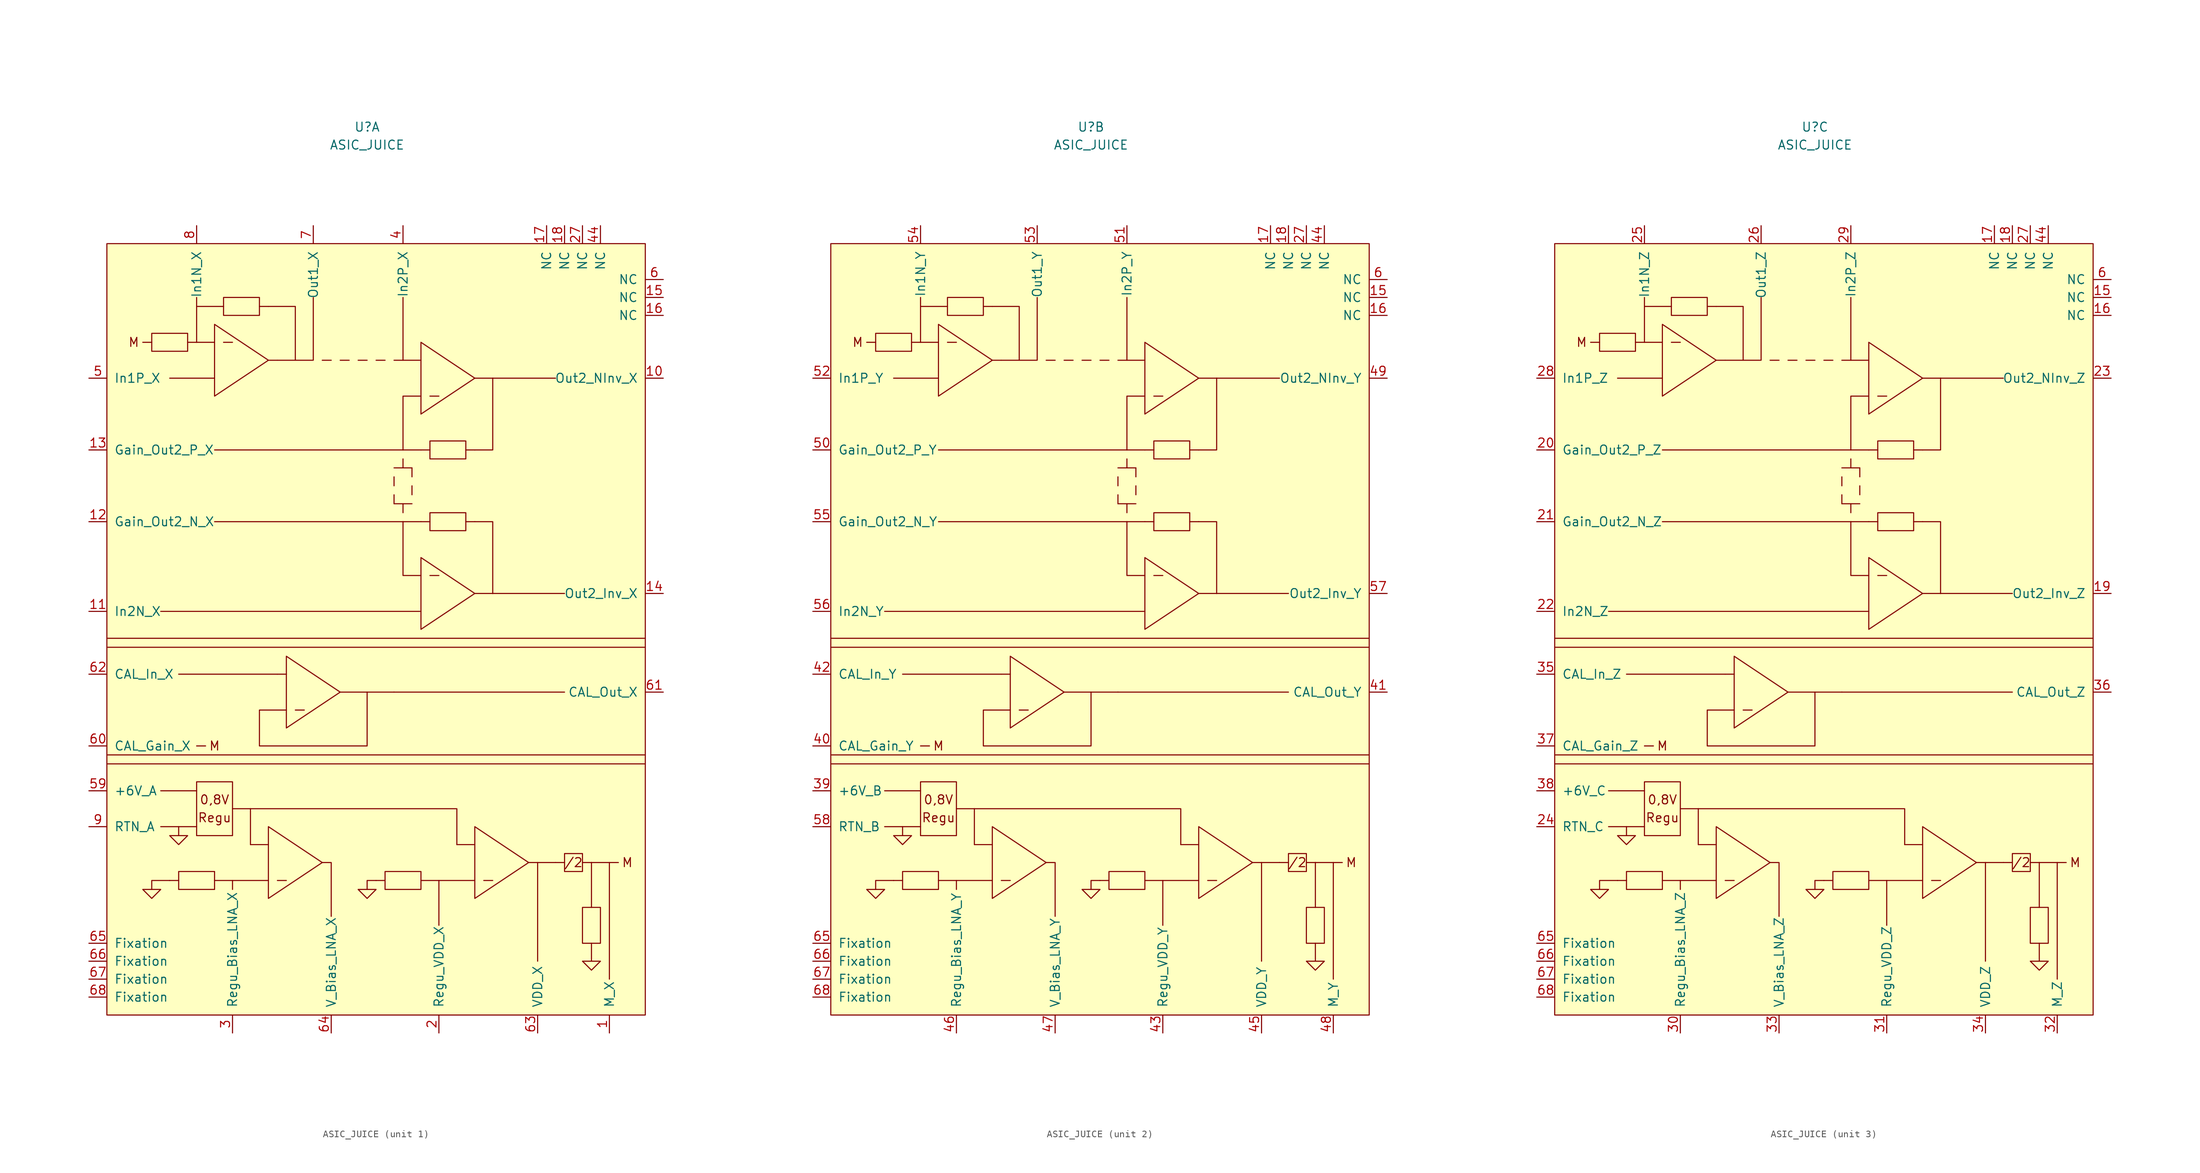
<source format=kicad_sym>
(kicad_symbol_lib
  (version 20211014)
  (generator kicad_symbol_editor)
  (symbol "ASIC_JUICE"
    (pin_names
      (offset 1.016))
    (property "Reference" "U"
      (at -1.27 71.12 0)
      (effects (font (size 1.27 1.27))))
    (property "Value" "ASIC_JUICE"
      (at -1.27 68.58 0)
      (effects (font (size 1.27 1.27))))
    (symbol "ASIC_JUICE_0_0"
      (rectangle (start -31.75 41.91) (end -26.67 39.37) (stroke (width 0) (type default) (color 0 0 0 0)) (fill (type none)))
      (rectangle (start -27.94 -36.83) (end -22.86 -34.29) (stroke (width 0) (type default) (color 0 0 0 0)) (fill (type none)))
      (rectangle (start -21.59 46.99) (end -16.51 44.45) (stroke (width 0) (type default) (color 0 0 0 0)) (fill (type none)))
      (polyline (pts (xy -33.02 40.64) (xy -31.75 40.64)) (stroke (width 0) (type default) (color 0 0 0 0)) (fill (type none)))
      (polyline (pts (xy -27.94 -35.56) (xy -29.21 -35.56)) (stroke (width 0) (type default) (color 0 0 0 0)) (fill (type none)))
      (polyline (pts (xy -25.4 -22.86) (xy -30.48 -22.86)) (stroke (width 0) (type default) (color 0 0 0 0)) (fill (type none)))
      (polyline (pts (xy -21.59 40.64) (xy -20.32 40.64)) (stroke (width 0) (type default) (color 0 0 0 0)) (fill (type none)))
      (polyline (pts (xy -17.78 -30.48) (xy -15.24 -30.48)) (stroke (width 0) (type default) (color 0 0 0 0)) (fill (type none)))
      (polyline (pts (xy -13.97 -35.56) (xy -12.7 -35.56)) (stroke (width 0) (type default) (color 0 0 0 0)) (fill (type none)))
      (polyline (pts (xy -11.43 -11.43) (xy -10.16 -11.43)) (stroke (width 0) (type default) (color 0 0 0 0)) (fill (type none)))
      (polyline (pts (xy -1.27 -8.89) (xy 2.54 -8.89)) (stroke (width 0) (type default) (color 0 0 0 0)) (fill (type none)))
      (polyline (pts (xy 1.27 -35.56) (xy 0 -35.56)) (stroke (width 0) (type default) (color 0 0 0 0)) (fill (type none)))
      (polyline (pts (xy 6.35 15.24) (xy 7.62 15.24)) (stroke (width 0) (type default) (color 0 0 0 0)) (fill (type none)))
      (polyline (pts (xy 6.35 25.4) (xy 7.62 25.4)) (stroke (width 0) (type default) (color 0 0 0 0)) (fill (type none)))
      (polyline (pts (xy 7.62 7.62) (xy 8.89 7.62)) (stroke (width 0) (type default) (color 0 0 0 0)) (fill (type none)))
      (polyline (pts (xy 7.62 33.02) (xy 8.89 33.02)) (stroke (width 0) (type default) (color 0 0 0 0)) (fill (type none)))
      (polyline (pts (xy 12.7 15.24) (xy 13.97 15.24)) (stroke (width 0) (type default) (color 0 0 0 0)) (fill (type none)))
      (polyline (pts (xy 12.7 25.4) (xy 13.97 25.4)) (stroke (width 0) (type default) (color 0 0 0 0)) (fill (type none)))
      (polyline (pts (xy 13.97 5.08) (xy 16.51 5.08)) (stroke (width 0) (type default) (color 0 0 0 0)) (fill (type none)))
      (polyline (pts (xy 13.97 35.56) (xy 16.51 35.56)) (stroke (width 0) (type default) (color 0 0 0 0)) (fill (type none)))
      (polyline (pts (xy 15.24 -35.56) (xy 16.51 -35.56)) (stroke (width 0) (type default) (color 0 0 0 0)) (fill (type none)))
      (polyline (pts (xy -22.86 40.64) (xy -25.4 40.64) (xy -25.4 45.72) (xy -21.59 45.72)) (stroke (width 0) (type default) (color 0 0 0 0)) (fill (type none)))
      (polyline (pts (xy -15.24 -38.1) (xy -15.24 -27.94) (xy -7.62 -33.02) (xy -15.24 -38.1)) (stroke (width 0) (type default) (color 0 0 0 0)) (fill (type none)))
      (polyline (pts (xy -15.24 38.1) (xy -22.86 33.02) (xy -22.86 43.18) (xy -15.24 38.1)) (stroke (width 0) (type default) (color 0 0 0 0)) (fill (type none)))
      (polyline (pts (xy -15.24 45.72) (xy -11.43 45.72) (xy -11.43 38.1) (xy -13.97 38.1)) (stroke (width 0) (type default) (color 0 0 0 0)) (fill (type none)))
      (polyline (pts (xy -12.7 -3.81) (xy -5.08 -8.89) (xy -12.7 -13.97) (xy -12.7 -3.81)) (stroke (width 0) (type default) (color 0 0 0 0)) (fill (type none)))
      (polyline (pts (xy 6.35 40.64) (xy 6.35 30.48) (xy 13.97 35.56) (xy 6.35 40.64)) (stroke (width 0) (type default) (color 0 0 0 0)) (fill (type none)))
      (polyline (pts (xy 13.97 -38.1) (xy 13.97 -27.94) (xy 21.59 -33.02) (xy 13.97 -38.1)) (stroke (width 0) (type default) (color 0 0 0 0)) (fill (type none)))
      (polyline (pts (xy 6.35 10.16) (xy 6.35 2.54) (xy 6.35 0) (xy 13.97 5.08) (xy 6.35 10.16)) (stroke (width 0) (type default) (color 0 0 0 0)) (fill (type none)))
      (rectangle (start 6.35 -34.29) (end 1.27 -36.83) (stroke (width 0) (type default) (color 0 0 0 0)) (fill (type none)))
      (rectangle (start 7.62 13.97) (end 12.7 16.51) (stroke (width 0) (type default) (color 0 0 0 0)) (fill (type none)))
      (rectangle (start 7.62 24.13) (end 12.7 26.67) (stroke (width 0) (type default) (color 0 0 0 0)) (fill (type none)))
      (rectangle (start 26.67 -31.75) (end 29.21 -34.29) (stroke (width 0) (type default) (color 0 0 0 0)) (fill (type none)))
      (text "/2" (at 27.94 -33.02 0) (effects (font (size 1.27 1.27))))
      (text "0,8V" (at -22.86 -24.13 0) (effects (font (size 1.27 1.27))))
      (text "M" (at -34.29 40.64 0) (effects (font (size 1.27 1.27))))
      (text "M" (at -22.86 -16.51 0) (effects (font (size 1.27 1.27))))
      (text "M" (at 35.56 -33.02 0) (effects (font (size 1.27 1.27))))
      (text "Regu" (at -22.86 -26.67 0) (effects (font (size 1.27 1.27)))))
    (symbol "ASIC_JUICE_0_1"
      (rectangle (start -38.1 54.61) (end 38.1 -54.61) (stroke (width 0) (type default) (color 0 0 0 0)) (fill (type background)))
      (rectangle (start -25.4 -21.59) (end -20.32 -29.21) (stroke (width 0) (type default) (color 0 0 0 0)) (fill (type none)))
      (polyline (pts (xy -38.1 -17.78) (xy 38.1 -17.78)) (stroke (width 0) (type default) (color 0 0 0 0)) (fill (type none)))
      (polyline (pts (xy -38.1 -1.27) (xy 38.1 -1.27)) (stroke (width 0) (type default) (color 0 0 0 0)) (fill (type none)))
      (polyline (pts (xy -30.48 2.54) (xy 6.35 2.54)) (stroke (width 0) (type default) (color 0 0 0 0)) (fill (type none)))
      (polyline (pts (xy -26.67 40.64) (xy -25.4 40.64)) (stroke (width 0) (type default) (color 0 0 0 0)) (fill (type none)))
      (polyline (pts (xy -25.4 -27.94) (xy -30.48 -27.94)) (stroke (width 0) (type default) (color 0 0 0 0)) (fill (type none)))
      (polyline (pts (xy -25.4 -16.51) (xy -24.13 -16.51)) (stroke (width 0) (type default) (color 0 0 0 0)) (fill (type none)))
      (polyline (pts (xy -25.4 45.72) (xy -25.4 46.99)) (stroke (width 0) (type default) (color 0 0 0 0)) (fill (type none)))
      (polyline (pts (xy -22.86 15.24) (xy 3.81 15.24)) (stroke (width 0) (type default) (color 0 0 0 0)) (fill (type none)))
      (polyline (pts (xy -22.86 35.56) (xy -29.21 35.56)) (stroke (width 0) (type default) (color 0 0 0 0)) (fill (type none)))
      (polyline (pts (xy -20.32 -35.56) (xy -20.32 -36.83)) (stroke (width 0) (type default) (color 0 0 0 0)) (fill (type none)))
      (polyline (pts (xy -20.32 -25.4) (xy -17.78 -25.4)) (stroke (width 0) (type default) (color 0 0 0 0)) (fill (type none)))
      (polyline (pts (xy -17.78 -30.48) (xy -17.78 -25.4)) (stroke (width 0) (type default) (color 0 0 0 0)) (fill (type none)))
      (polyline (pts (xy -16.51 45.72) (xy -15.24 45.72)) (stroke (width 0) (type default) (color 0 0 0 0)) (fill (type none)))
      (polyline (pts (xy -15.24 -35.56) (xy -22.86 -35.56)) (stroke (width 0) (type default) (color 0 0 0 0)) (fill (type none)))
      (polyline (pts (xy -15.24 38.1) (xy -13.97 38.1)) (stroke (width 0) (type default) (color 0 0 0 0)) (fill (type none)))
      (polyline (pts (xy -13.97 -6.35) (xy -27.94 -6.35)) (stroke (width 0) (type default) (color 0 0 0 0)) (fill (type none)))
      (polyline (pts (xy -13.97 -6.35) (xy -12.7 -6.35)) (stroke (width 0) (type default) (color 0 0 0 0)) (fill (type none)))
      (polyline (pts (xy -7.62 38.1) (xy -6.35 38.1)) (stroke (width 0) (type default) (color 0 0 0 0)) (fill (type none)))
      (polyline (pts (xy -5.08 38.1) (xy -3.81 38.1)) (stroke (width 0) (type default) (color 0 0 0 0)) (fill (type none)))
      (polyline (pts (xy -2.54 38.1) (xy -1.27 38.1)) (stroke (width 0) (type default) (color 0 0 0 0)) (fill (type none)))
      (polyline (pts (xy 0 38.1) (xy 1.27 38.1)) (stroke (width 0) (type default) (color 0 0 0 0)) (fill (type none)))
      (polyline (pts (xy 2.54 -8.89) (xy 26.67 -8.89)) (stroke (width 0) (type default) (color 0 0 0 0)) (fill (type none)))
      (polyline (pts (xy 2.54 19.05) (xy 2.54 17.78)) (stroke (width 0) (type default) (color 0 0 0 0)) (fill (type none)))
      (polyline (pts (xy 2.54 21.59) (xy 2.54 20.32)) (stroke (width 0) (type default) (color 0 0 0 0)) (fill (type none)))
      (polyline (pts (xy 2.54 38.1) (xy 3.81 38.1)) (stroke (width 0) (type default) (color 0 0 0 0)) (fill (type none)))
      (polyline (pts (xy 3.81 16.51) (xy 3.81 17.78)) (stroke (width 0) (type default) (color 0 0 0 0)) (fill (type none)))
      (polyline (pts (xy 3.81 17.78) (xy 2.54 17.78)) (stroke (width 0) (type default) (color 0 0 0 0)) (fill (type none)))
      (polyline (pts (xy 3.81 17.78) (xy 5.08 17.78)) (stroke (width 0) (type default) (color 0 0 0 0)) (fill (type none)))
      (polyline (pts (xy 3.81 22.86) (xy 2.54 22.86)) (stroke (width 0) (type default) (color 0 0 0 0)) (fill (type none)))
      (polyline (pts (xy 3.81 22.86) (xy 3.81 24.13)) (stroke (width 0) (type default) (color 0 0 0 0)) (fill (type none)))
      (polyline (pts (xy 3.81 22.86) (xy 5.08 22.86)) (stroke (width 0) (type default) (color 0 0 0 0)) (fill (type none)))
      (polyline (pts (xy 3.81 25.4) (xy -22.86 25.4)) (stroke (width 0) (type default) (color 0 0 0 0)) (fill (type none)))
      (polyline (pts (xy 3.81 38.1) (xy 3.81 46.99)) (stroke (width 0) (type default) (color 0 0 0 0)) (fill (type none)))
      (polyline (pts (xy 5.08 19.05) (xy 5.08 20.32)) (stroke (width 0) (type default) (color 0 0 0 0)) (fill (type none)))
      (polyline (pts (xy 5.08 21.59) (xy 5.08 22.86)) (stroke (width 0) (type default) (color 0 0 0 0)) (fill (type none)))
      (polyline (pts (xy 6.35 -35.56) (xy 13.97 -35.56)) (stroke (width 0) (type default) (color 0 0 0 0)) (fill (type none)))
      (polyline (pts (xy 6.35 15.24) (xy 3.81 15.24)) (stroke (width 0) (type default) (color 0 0 0 0)) (fill (type none)))
      (polyline (pts (xy 6.35 25.4) (xy 3.81 25.4)) (stroke (width 0) (type default) (color 0 0 0 0)) (fill (type none)))
      (polyline (pts (xy 6.35 38.1) (xy 3.81 38.1)) (stroke (width 0) (type default) (color 0 0 0 0)) (fill (type none)))
      (polyline (pts (xy 8.89 -35.56) (xy 8.89 -41.91)) (stroke (width 0) (type default) (color 0 0 0 0)) (fill (type none)))
      (polyline (pts (xy 13.97 -30.48) (xy 11.43 -30.48)) (stroke (width 0) (type default) (color 0 0 0 0)) (fill (type none)))
      (polyline (pts (xy 16.51 5.08) (xy 26.67 5.08)) (stroke (width 0) (type default) (color 0 0 0 0)) (fill (type none)))
      (polyline (pts (xy 16.51 35.56) (xy 25.4 35.56)) (stroke (width 0) (type default) (color 0 0 0 0)) (fill (type none)))
      (polyline (pts (xy 21.59 -33.02) (xy 25.4 -33.02)) (stroke (width 0) (type default) (color 0 0 0 0)) (fill (type none)))
      (polyline (pts (xy 22.86 -46.99) (xy 22.86 -33.02)) (stroke (width 0) (type default) (color 0 0 0 0)) (fill (type none)))
      (polyline (pts (xy 25.4 -33.02) (xy 26.67 -33.02)) (stroke (width 0) (type default) (color 0 0 0 0)) (fill (type none)))
      (polyline (pts (xy 29.21 -33.02) (xy 30.48 -33.02)) (stroke (width 0) (type default) (color 0 0 0 0)) (fill (type none)))
      (polyline (pts (xy 30.48 -39.37) (xy 30.48 -33.02)) (stroke (width 0) (type default) (color 0 0 0 0)) (fill (type none)))
      (polyline (pts (xy 30.48 -33.02) (xy 34.29 -33.02)) (stroke (width 0) (type default) (color 0 0 0 0)) (fill (type none)))
      (polyline (pts (xy 33.02 -49.53) (xy 33.02 -33.02)) (stroke (width 0) (type default) (color 0 0 0 0)) (fill (type none)))
      (polyline (pts (xy 38.1 -19.05) (xy -38.1 -19.05)) (stroke (width 0) (type default) (color 0 0 0 0)) (fill (type none)))
      (polyline (pts (xy 38.1 -2.54) (xy -38.1 -2.54)) (stroke (width 0) (type default) (color 0 0 0 0)) (fill (type none)))
      (polyline (pts (xy -29.21 -35.56) (xy -31.75 -35.56) (xy -31.75 -36.83)) (stroke (width 0) (type default) (color 0 0 0 0)) (fill (type none)))
      (polyline (pts (xy -17.78 -25.4) (xy 11.43 -25.4) (xy 11.43 -30.48)) (stroke (width 0) (type default) (color 0 0 0 0)) (fill (type none)))
      (polyline (pts (xy -11.43 38.1) (xy -8.89 38.1) (xy -8.89 46.99)) (stroke (width 0) (type default) (color 0 0 0 0)) (fill (type none)))
      (polyline (pts (xy -7.62 -33.02) (xy -6.35 -33.02) (xy -6.35 -40.64)) (stroke (width 0) (type default) (color 0 0 0 0)) (fill (type none)))
      (polyline (pts (xy 6.35 7.62) (xy 3.81 7.62) (xy 3.81 15.24)) (stroke (width 0) (type default) (color 0 0 0 0)) (fill (type none)))
      (polyline (pts (xy 6.35 33.02) (xy 3.81 33.02) (xy 3.81 25.4)) (stroke (width 0) (type default) (color 0 0 0 0)) (fill (type none)))
      (polyline (pts (xy 13.97 15.24) (xy 16.51 15.24) (xy 16.51 5.08)) (stroke (width 0) (type default) (color 0 0 0 0)) (fill (type none)))
      (polyline (pts (xy 13.97 25.4) (xy 16.51 25.4) (xy 16.51 35.56)) (stroke (width 0) (type default) (color 0 0 0 0)) (fill (type none)))
      (polyline (pts (xy -33.02 -36.83) (xy -30.48 -36.83) (xy -31.75 -38.1) (xy -33.02 -36.83)) (stroke (width 0) (type default) (color 0 0 0 0)) (fill (type none)))
      (polyline (pts (xy -27.94 -27.94) (xy -27.94 -29.21) (xy -26.67 -29.21) (xy -27.94 -30.48) (xy -29.21 -29.21) (xy -27.94 -29.21)) (stroke (width 0) (type default) (color 0 0 0 0)) (fill (type none)))
      (polyline (pts (xy -12.7 -11.43) (xy -16.51 -11.43) (xy -16.51 -16.51) (xy -1.27 -16.51) (xy -1.27 -8.89) (xy -5.08 -8.89)) (stroke (width 0) (type default) (color 0 0 0 0)) (fill (type none)))
      (polyline (pts (xy 30.48 -44.45) (xy 30.48 -46.99) (xy 29.21 -46.99) (xy 30.48 -48.26) (xy 31.75 -46.99) (xy 30.48 -46.99)) (stroke (width 0) (type default) (color 0 0 0 0)) (fill (type none)))
      (polyline (pts (xy 0 -35.56) (xy -1.27 -35.56) (xy -1.27 -36.83) (xy -2.54 -36.83) (xy -1.27 -38.1) (xy 0 -36.83) (xy -1.27 -36.83)) (stroke (width 0) (type default) (color 0 0 0 0)) (fill (type none)))
      (rectangle (start 31.75 -39.37) (end 29.21 -44.45) (stroke (width 0) (type default) (color 0 0 0 0)) (fill (type none)))
      (pin power_in line (at 40.64 46.99 180) (length 2.54) (name "NC" (effects (font (size 1.27 1.27)))) (number "15" (effects (font (size 1.27 1.27)))))
      (pin power_in line (at 40.64 44.45 180) (length 2.54) (name "NC" (effects (font (size 1.27 1.27)))) (number "16" (effects (font (size 1.27 1.27)))))
      (pin power_in line (at 24.13 57.15 270) (length 2.54) (name "NC" (effects (font (size 1.27 1.27)))) (number "17" (effects (font (size 1.27 1.27)))))
      (pin power_in line (at 26.67 57.15 270) (length 2.54) (name "NC" (effects (font (size 1.27 1.27)))) (number "18" (effects (font (size 1.27 1.27)))))
      (pin power_in line (at 29.21 57.15 270) (length 2.54) (name "NC" (effects (font (size 1.27 1.27)))) (number "27" (effects (font (size 1.27 1.27)))))
      (pin power_in line (at 31.75 57.15 270) (length 2.54) (name "NC" (effects (font (size 1.27 1.27)))) (number "44" (effects (font (size 1.27 1.27)))))
      (pin power_in line (at 40.64 49.53 180) (length 2.54) (name "NC" (effects (font (size 1.27 1.27)))) (number "6" (effects (font (size 1.27 1.27)))))
      (pin power_in line (at -40.64 -44.45 0) (length 2.54) (name "Fixation" (effects (font (size 1.27 1.27)))) (number "65" (effects (font (size 1.27 1.27)))))
      (pin power_in line (at -40.64 -46.99 0) (length 2.54) (name "Fixation" (effects (font (size 1.27 1.27)))) (number "66" (effects (font (size 1.27 1.27)))))
      (pin power_in line (at -40.64 -49.53 0) (length 2.54) (name "Fixation" (effects (font (size 1.27 1.27)))) (number "67" (effects (font (size 1.27 1.27)))))
      (pin power_in line (at -40.64 -52.07 0) (length 2.54) (name "Fixation" (effects (font (size 1.27 1.27)))) (number "68" (effects (font (size 1.27 1.27))))))
    (symbol "ASIC_JUICE_1_1"
      (pin output line (at 33.02 -57.15 90) (length 2.54) (name "M_X" (effects (font (size 1.27 1.27)))) (number "1" (effects (font (size 1.27 1.27)))))
      (pin output line (at 40.64 35.56 180) (length 2.54) (name "Out2_NInv_X" (effects (font (size 1.27 1.27)))) (number "10" (effects (font (size 1.27 1.27)))))
      (pin input line (at -40.64 2.54 0) (length 2.54) (name "In2N_X" (effects (font (size 1.27 1.27)))) (number "11" (effects (font (size 1.27 1.27)))))
      (pin passive line (at -40.64 15.24 0) (length 2.54) (name "Gain_Out2_N_X" (effects (font (size 1.27 1.27)))) (number "12" (effects (font (size 1.27 1.27)))))
      (pin passive line (at -40.64 25.4 0) (length 2.54) (name "Gain_Out2_P_X" (effects (font (size 1.27 1.27)))) (number "13" (effects (font (size 1.27 1.27)))))
      (pin output line (at 40.64 5.08 180) (length 2.54) (name "Out2_Inv_X" (effects (font (size 1.27 1.27)))) (number "14" (effects (font (size 1.27 1.27)))))
      (pin passive line (at 8.89 -57.15 90) (length 2.54) (name "Regu_VDD_X" (effects (font (size 1.27 1.27)))) (number "2" (effects (font (size 1.27 1.27)))))
      (pin passive line (at -20.32 -57.15 90) (length 2.54) (name "Regu_Bias_LNA_X" (effects (font (size 1.27 1.27)))) (number "3" (effects (font (size 1.27 1.27)))))
      (pin input line (at 3.81 57.15 270) (length 2.54) (name "In2P_X" (effects (font (size 1.27 1.27)))) (number "4" (effects (font (size 1.27 1.27)))))
      (pin input line (at -40.64 35.56 0) (length 2.54) (name "In1P_X" (effects (font (size 1.27 1.27)))) (number "5" (effects (font (size 1.27 1.27)))))
      (pin power_in line (at -40.64 -22.86 0) (length 2.54) (name "+6V_A" (effects (font (size 1.27 1.27)))) (number "59" (effects (font (size 1.27 1.27)))))
      (pin passive line (at -40.64 -16.51 0) (length 2.54) (name "CAL_Gain_X" (effects (font (size 1.27 1.27)))) (number "60" (effects (font (size 1.27 1.27)))))
      (pin output line (at 40.64 -8.89 180) (length 2.54) (name "CAL_Out_X" (effects (font (size 1.27 1.27)))) (number "61" (effects (font (size 1.27 1.27)))))
      (pin input line (at -40.64 -6.35 0) (length 2.54) (name "CAL_In_X" (effects (font (size 1.27 1.27)))) (number "62" (effects (font (size 1.27 1.27)))))
      (pin output line (at 22.86 -57.15 90) (length 2.54) (name "VDD_X" (effects (font (size 1.27 1.27)))) (number "63" (effects (font (size 1.27 1.27)))))
      (pin output line (at -6.35 -57.15 90) (length 2.54) (name "V_Bias_LNA_X" (effects (font (size 1.27 1.27)))) (number "64" (effects (font (size 1.27 1.27)))))
      (pin output line (at -8.89 57.15 270) (length 2.54) (name "Out1_X" (effects (font (size 1.27 1.27)))) (number "7" (effects (font (size 1.27 1.27)))))
      (pin input line (at -25.4 57.15 270) (length 2.54) (name "In1N_X" (effects (font (size 1.27 1.27)))) (number "8" (effects (font (size 1.27 1.27)))))
      (pin power_in line (at -40.64 -27.94 0) (length 2.54) (name "RTN_A" (effects (font (size 1.27 1.27)))) (number "9" (effects (font (size 1.27 1.27))))))
    (symbol "ASIC_JUICE_2_1"
      (pin power_in line (at -40.64 -22.86 0) (length 2.54) (name "+6V_B" (effects (font (size 1.27 1.27)))) (number "39" (effects (font (size 1.27 1.27)))))
      (pin passive line (at -40.64 -16.51 0) (length 2.54) (name "CAL_Gain_Y" (effects (font (size 1.27 1.27)))) (number "40" (effects (font (size 1.27 1.27)))))
      (pin output line (at 40.64 -8.89 180) (length 2.54) (name "CAL_Out_Y" (effects (font (size 1.27 1.27)))) (number "41" (effects (font (size 1.27 1.27)))))
      (pin input line (at -40.64 -6.35 0) (length 2.54) (name "CAL_In_Y" (effects (font (size 1.27 1.27)))) (number "42" (effects (font (size 1.27 1.27)))))
      (pin passive line (at 8.89 -57.15 90) (length 2.54) (name "Regu_VDD_Y" (effects (font (size 1.27 1.27)))) (number "43" (effects (font (size 1.27 1.27)))))
      (pin output line (at 22.86 -57.15 90) (length 2.54) (name "VDD_Y" (effects (font (size 1.27 1.27)))) (number "45" (effects (font (size 1.27 1.27)))))
      (pin passive line (at -20.32 -57.15 90) (length 2.54) (name "Regu_Bias_LNA_Y" (effects (font (size 1.27 1.27)))) (number "46" (effects (font (size 1.27 1.27)))))
      (pin output line (at -6.35 -57.15 90) (length 2.54) (name "V_Bias_LNA_Y" (effects (font (size 1.27 1.27)))) (number "47" (effects (font (size 1.27 1.27)))))
      (pin output line (at 33.02 -57.15 90) (length 2.54) (name "M_Y" (effects (font (size 1.27 1.27)))) (number "48" (effects (font (size 1.27 1.27)))))
      (pin output line (at 40.64 35.56 180) (length 2.54) (name "Out2_NInv_Y" (effects (font (size 1.27 1.27)))) (number "49" (effects (font (size 1.27 1.27)))))
      (pin passive line (at -40.64 25.4 0) (length 2.54) (name "Gain_Out2_P_Y" (effects (font (size 1.27 1.27)))) (number "50" (effects (font (size 1.27 1.27)))))
      (pin input line (at 3.81 57.15 270) (length 2.54) (name "In2P_Y" (effects (font (size 1.27 1.27)))) (number "51" (effects (font (size 1.27 1.27)))))
      (pin input line (at -40.64 35.56 0) (length 2.54) (name "In1P_Y" (effects (font (size 1.27 1.27)))) (number "52" (effects (font (size 1.27 1.27)))))
      (pin output line (at -8.89 57.15 270) (length 2.54) (name "Out1_Y" (effects (font (size 1.27 1.27)))) (number "53" (effects (font (size 1.27 1.27)))))
      (pin input line (at -25.4 57.15 270) (length 2.54) (name "In1N_Y" (effects (font (size 1.27 1.27)))) (number "54" (effects (font (size 1.27 1.27)))))
      (pin passive line (at -40.64 15.24 0) (length 2.54) (name "Gain_Out2_N_Y" (effects (font (size 1.27 1.27)))) (number "55" (effects (font (size 1.27 1.27)))))
      (pin input line (at -40.64 2.54 0) (length 2.54) (name "In2N_Y" (effects (font (size 1.27 1.27)))) (number "56" (effects (font (size 1.27 1.27)))))
      (pin output line (at 40.64 5.08 180) (length 2.54) (name "Out2_Inv_Y" (effects (font (size 1.27 1.27)))) (number "57" (effects (font (size 1.27 1.27)))))
      (pin power_in line (at -40.64 -27.94 0) (length 2.54) (name "RTN_B" (effects (font (size 1.27 1.27)))) (number "58" (effects (font (size 1.27 1.27))))))
    (symbol "ASIC_JUICE_3_1"
      (pin output line (at 40.64 5.08 180) (length 2.54) (name "Out2_Inv_Z" (effects (font (size 1.27 1.27)))) (number "19" (effects (font (size 1.27 1.27)))))
      (pin passive line (at -40.64 25.4 0) (length 2.54) (name "Gain_Out2_P_Z" (effects (font (size 1.27 1.27)))) (number "20" (effects (font (size 1.27 1.27)))))
      (pin passive line (at -40.64 15.24 0) (length 2.54) (name "Gain_Out2_N_Z" (effects (font (size 1.27 1.27)))) (number "21" (effects (font (size 1.27 1.27)))))
      (pin input line (at -40.64 2.54 0) (length 2.54) (name "In2N_Z" (effects (font (size 1.27 1.27)))) (number "22" (effects (font (size 1.27 1.27)))))
      (pin output line (at 40.64 35.56 180) (length 2.54) (name "Out2_NInv_Z" (effects (font (size 1.27 1.27)))) (number "23" (effects (font (size 1.27 1.27)))))
      (pin power_in line (at -40.64 -27.94 0) (length 2.54) (name "RTN_C" (effects (font (size 1.27 1.27)))) (number "24" (effects (font (size 1.27 1.27)))))
      (pin input line (at -25.4 57.15 270) (length 2.54) (name "In1N_Z" (effects (font (size 1.27 1.27)))) (number "25" (effects (font (size 1.27 1.27)))))
      (pin output line (at -8.89 57.15 270) (length 2.54) (name "Out1_Z" (effects (font (size 1.27 1.27)))) (number "26" (effects (font (size 1.27 1.27)))))
      (pin input line (at -40.64 35.56 0) (length 2.54) (name "In1P_Z" (effects (font (size 1.27 1.27)))) (number "28" (effects (font (size 1.27 1.27)))))
      (pin input line (at 3.81 57.15 270) (length 2.54) (name "In2P_Z" (effects (font (size 1.27 1.27)))) (number "29" (effects (font (size 1.27 1.27)))))
      (pin passive line (at -20.32 -57.15 90) (length 2.54) (name "Regu_Bias_LNA_Z" (effects (font (size 1.27 1.27)))) (number "30" (effects (font (size 1.27 1.27)))))
      (pin passive line (at 8.89 -57.15 90) (length 2.54) (name "Regu_VDD_Z" (effects (font (size 1.27 1.27)))) (number "31" (effects (font (size 1.27 1.27)))))
      (pin output line (at 33.02 -57.15 90) (length 2.54) (name "M_Z" (effects (font (size 1.27 1.27)))) (number "32" (effects (font (size 1.27 1.27)))))
      (pin output line (at -6.35 -57.15 90) (length 2.54) (name "V_Bias_LNA_Z" (effects (font (size 1.27 1.27)))) (number "33" (effects (font (size 1.27 1.27)))))
      (pin output line (at 22.86 -57.15 90) (length 2.54) (name "VDD_Z" (effects (font (size 1.27 1.27)))) (number "34" (effects (font (size 1.27 1.27)))))
      (pin input line (at -40.64 -6.35 0) (length 2.54) (name "CAL_In_Z" (effects (font (size 1.27 1.27)))) (number "35" (effects (font (size 1.27 1.27)))))
      (pin output line (at 40.64 -8.89 180) (length 2.54) (name "CAL_Out_Z" (effects (font (size 1.27 1.27)))) (number "36" (effects (font (size 1.27 1.27)))))
      (pin passive line (at -40.64 -16.51 0) (length 2.54) (name "CAL_Gain_Z" (effects (font (size 1.27 1.27)))) (number "37" (effects (font (size 1.27 1.27)))))
      (pin power_in line (at -40.64 -22.86 0) (length 2.54) (name "+6V_C" (effects (font (size 1.27 1.27)))) (number "38" (effects (font (size 1.27 1.27))))))))
</source>
